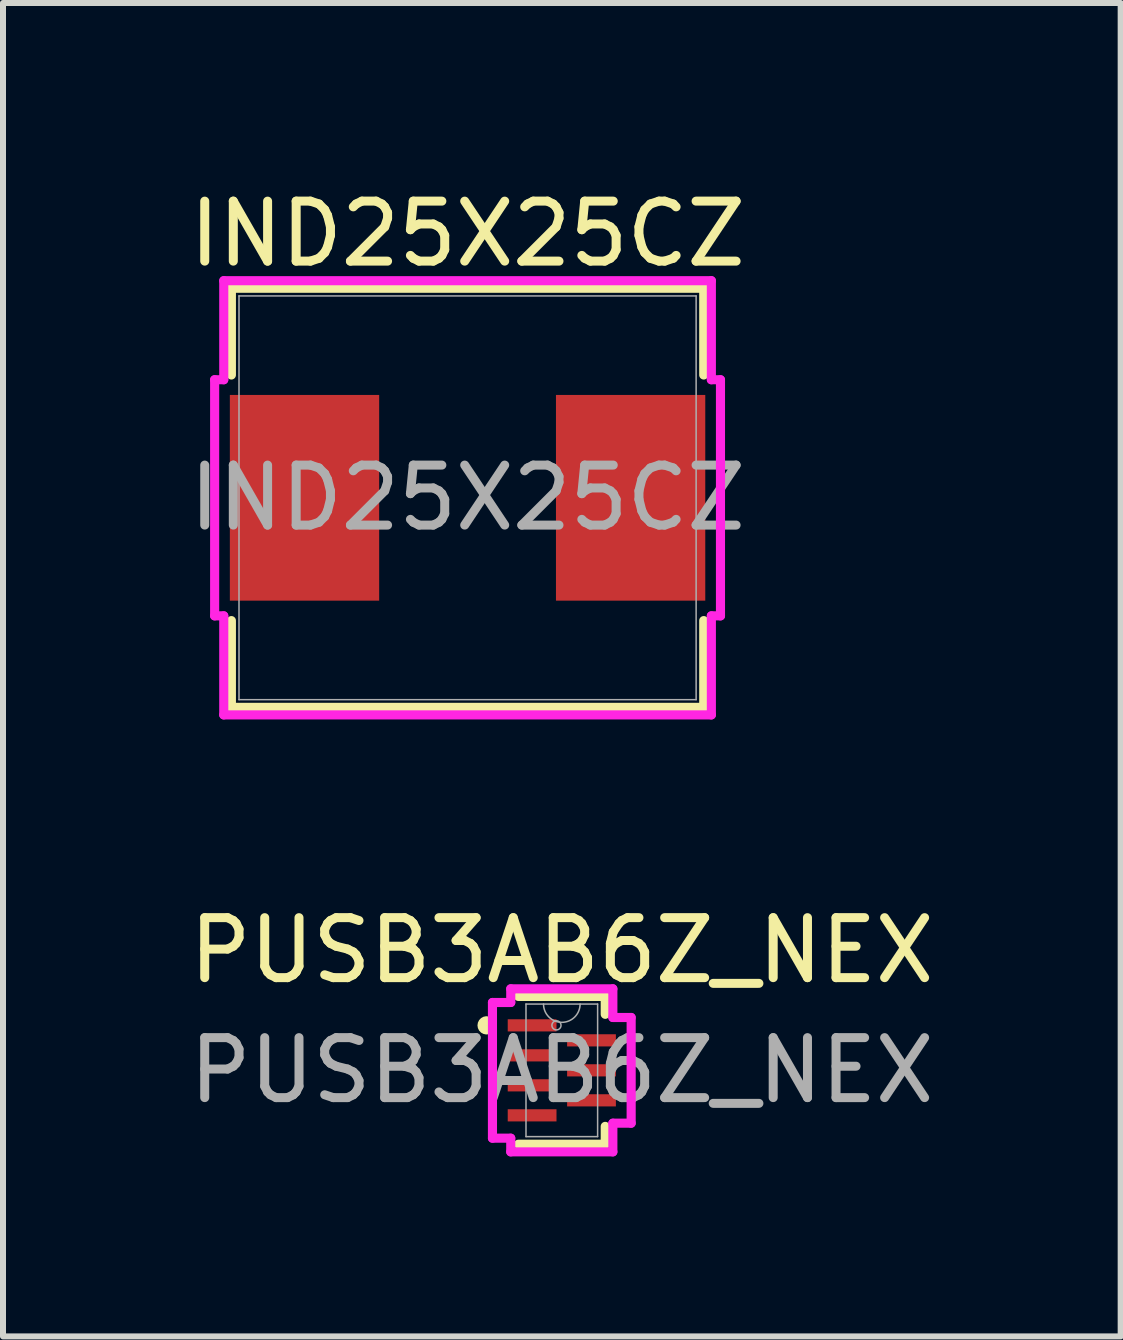
<source format=kicad_pcb>
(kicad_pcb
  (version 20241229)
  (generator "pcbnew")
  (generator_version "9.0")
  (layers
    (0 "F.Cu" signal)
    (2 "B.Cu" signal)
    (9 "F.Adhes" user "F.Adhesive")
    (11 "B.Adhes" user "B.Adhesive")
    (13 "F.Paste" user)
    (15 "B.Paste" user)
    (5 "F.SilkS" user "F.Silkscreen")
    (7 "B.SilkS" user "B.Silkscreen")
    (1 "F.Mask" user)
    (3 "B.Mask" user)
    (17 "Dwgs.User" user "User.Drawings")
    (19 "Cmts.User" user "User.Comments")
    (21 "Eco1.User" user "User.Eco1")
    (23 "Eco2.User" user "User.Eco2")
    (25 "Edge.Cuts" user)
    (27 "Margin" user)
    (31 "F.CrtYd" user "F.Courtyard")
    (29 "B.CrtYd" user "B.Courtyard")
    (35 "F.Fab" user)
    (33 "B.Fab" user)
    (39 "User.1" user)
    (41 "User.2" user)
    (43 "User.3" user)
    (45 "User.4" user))
  (footprint "PUSB3AB6Z_NEX"
    (layer "F.Cu")
    (at 6.315 14.792)
    (property "Reference" "PUSB3AB6Z_NEX" (at 0 -2 0) (unlocked yes) (layer "F.SilkS") (effects (font (size 1 1) (thickness 0.15))))
    (attr smd)
    (fp_line (start -0.724 1.232) (end 0.724 1.232) (stroke (width 0.152) (type solid)) (layer "F.SilkS"))
    (fp_line (start 0.724 -1.232) (end -0.724 -1.232) (stroke (width 0.152) (type solid)) (layer "F.SilkS"))
    (fp_line (start 0.724 -0.934) (end 0.724 -1.232) (stroke (width 0.152) (type solid)) (layer "F.SilkS"))
    (fp_line (start 0.724 1.232) (end 0.724 0.934) (stroke (width 0.152) (type solid)) (layer "F.SilkS"))
    (fp_arc (start -1.23444 -0.676171) (mid -1.3295 -0.75) (end -1.23444 -0.823829) (stroke (width 0.1524) (type solid)) (layer "F.SilkS"))
    (fp_line (start -1.156 -1.131) (end -0.851 -1.131) (stroke (width 0.152) (type solid)) (layer "F.CrtYd"))
    (fp_line (start -1.156 1.131) (end -1.156 -1.131) (stroke (width 0.152) (type solid)) (layer "F.CrtYd"))
    (fp_line (start -0.851 -1.359) (end 0.851 -1.359) (stroke (width 0.152) (type solid)) (layer "F.CrtYd"))
    (fp_line (start -0.851 -1.131) (end -0.851 -1.359) (stroke (width 0.152) (type solid)) (layer "F.CrtYd"))
    (fp_line (start -0.851 1.131) (end -1.156 1.131) (stroke (width 0.152) (type solid)) (layer "F.CrtYd"))
    (fp_line (start -0.851 1.359) (end -0.851 1.131) (stroke (width 0.152) (type solid)) (layer "F.CrtYd"))
    (fp_line (start 0.851 -1.359) (end 0.851 -0.881) (stroke (width 0.152) (type solid)) (layer "F.CrtYd"))
    (fp_line (start 0.851 -0.881) (end 1.156 -0.881) (stroke (width 0.152) (type solid)) (layer "F.CrtYd"))
    (fp_line (start 0.851 0.881) (end 0.851 1.359) (stroke (width 0.152) (type solid)) (layer "F.CrtYd"))
    (fp_line (start 0.851 1.359) (end -0.851 1.359) (stroke (width 0.152) (type solid)) (layer "F.CrtYd"))
    (fp_line (start 1.156 -0.881) (end 1.156 0.881) (stroke (width 0.152) (type solid)) (layer "F.CrtYd"))
    (fp_line (start 1.156 0.881) (end 0.851 0.881) (stroke (width 0.152) (type solid)) (layer "F.CrtYd"))
    (fp_line (start -0.597 -1.105) (end -0.597 1.105) (stroke (width 0.025) (type solid)) (layer "F.Fab"))
    (fp_line (start -0.597 1.105) (end 0.597 1.105) (stroke (width 0.025) (type solid)) (layer "F.Fab"))
    (fp_line (start 0.597 -1.105) (end -0.597 -1.105) (stroke (width 0.025) (type solid)) (layer "F.Fab"))
    (fp_line (start 0.597 1.105) (end 0.597 -1.105) (stroke (width 0.025) (type solid)) (layer "F.Fab"))
    (fp_arc (start 0.3048 -1.1049) (mid 0 -0.8001) (end -0.3048 -1.1049) (stroke (width 0.0254) (type solid)) (layer "F.Fab"))
    (fp_circle (center -0.089 -0.75) (end -0.013 -0.75) (stroke (width 0.025) (type solid)) (fill no) (layer "F.Fab"))
    (fp_text user "${REFERENCE}" (at 0 0 0) (unlocked yes) (layer "F.Fab") (effects (font (size 1 1) (thickness 0.15))))
    (pad "1" smd rect (at -0.495 -0.75) (size 0.813 0.203) (layers "F.Cu" "F.Mask" "F.Paste"))
    (pad "2" smd rect (at -0.495 -0.25) (size 0.813 0.203) (layers "F.Cu" "F.Mask" "F.Paste"))
    (pad "3" smd rect (at -0.495 0.25) (size 0.813 0.203) (layers "F.Cu" "F.Mask" "F.Paste"))
    (pad "4" smd rect (at -0.495 0.75) (size 0.813 0.203) (layers "F.Cu" "F.Mask" "F.Paste"))
    (pad "5" smd rect (at 0.495 0.5) (size 0.813 0.203) (layers "F.Cu" "F.Mask" "F.Paste"))
    (pad "6" smd rect (at 0.495 0) (size 0.813 0.203) (layers "F.Cu" "F.Mask" "F.Paste"))
    (pad "7" smd rect (at 0.495 -0.5) (size 0.813 0.203) (layers "F.Cu" "F.Mask" "F.Paste")))
  (footprint "IND25X25CZ"
    (layer "F.Cu")
    (at 4.744 5.248)
    (property "Reference" "IND25X25CZ" (at 0 -4.4 0) (unlocked yes) (layer "F.SilkS") (effects (font (size 1 1) (thickness 0.15))))
    (attr smd)
    (fp_line (start -3.937 -3.493) (end -3.937 -2.047) (stroke (width 0.152) (type solid)) (layer "F.SilkS"))
    (fp_line (start -3.937 2.047) (end -3.937 3.493) (stroke (width 0.152) (type solid)) (layer "F.SilkS"))
    (fp_line (start -3.937 3.493) (end 3.937 3.493) (stroke (width 0.152) (type solid)) (layer "F.SilkS"))
    (fp_line (start 3.937 -3.493) (end -3.937 -3.493) (stroke (width 0.152) (type solid)) (layer "F.SilkS"))
    (fp_line (start 3.937 -2.047) (end 3.937 -3.493) (stroke (width 0.152) (type solid)) (layer "F.SilkS"))
    (fp_line (start 3.937 3.493) (end 3.937 2.047) (stroke (width 0.152) (type solid)) (layer "F.SilkS"))
    (fp_line (start -4.216 -1.968) (end -4.064 -1.968) (stroke (width 0.152) (type solid)) (layer "F.CrtYd"))
    (fp_line (start -4.216 1.968) (end -4.216 -1.968) (stroke (width 0.152) (type solid)) (layer "F.CrtYd"))
    (fp_line (start -4.064 -3.619) (end 4.064 -3.619) (stroke (width 0.152) (type solid)) (layer "F.CrtYd"))
    (fp_line (start -4.064 -1.968) (end -4.064 -3.619) (stroke (width 0.152) (type solid)) (layer "F.CrtYd"))
    (fp_line (start -4.064 1.968) (end -4.216 1.968) (stroke (width 0.152) (type solid)) (layer "F.CrtYd"))
    (fp_line (start -4.064 1.968) (end -4.064 3.619) (stroke (width 0.152) (type solid)) (layer "F.CrtYd"))
    (fp_line (start -4.064 3.619) (end 4.064 3.619) (stroke (width 0.152) (type solid)) (layer "F.CrtYd"))
    (fp_line (start 4.064 -3.619) (end 4.064 -1.968) (stroke (width 0.152) (type solid)) (layer "F.CrtYd"))
    (fp_line (start 4.064 -1.968) (end 4.216 -1.968) (stroke (width 0.152) (type solid)) (layer "F.CrtYd"))
    (fp_line (start 4.064 1.968) (end 4.216 1.968) (stroke (width 0.152) (type solid)) (layer "F.CrtYd"))
    (fp_line (start 4.064 3.619) (end 4.064 1.968) (stroke (width 0.152) (type solid)) (layer "F.CrtYd"))
    (fp_line (start 4.216 -1.968) (end 4.216 1.968) (stroke (width 0.152) (type solid)) (layer "F.CrtYd"))
    (fp_line (start -3.81 -3.365) (end -3.81 3.365) (stroke (width 0.025) (type solid)) (layer "F.Fab"))
    (fp_line (start -3.81 3.365) (end 3.81 3.365) (stroke (width 0.025) (type solid)) (layer "F.Fab"))
    (fp_line (start 3.81 -3.365) (end -3.81 -3.365) (stroke (width 0.025) (type solid)) (layer "F.Fab"))
    (fp_line (start 3.81 3.365) (end 3.81 -3.365) (stroke (width 0.025) (type solid)) (layer "F.Fab"))
    (fp_text user "${REFERENCE}" (at 0 0 0) (unlocked yes) (layer "F.Fab") (effects (font (size 1 1) (thickness 0.15))))
    (pad "1" smd rect (at -2.718 0 90) (size 3.429 2.489) (layers "F.Cu" "F.Mask" "F.Paste"))
    (pad "2" smd rect (at 2.718 0 90) (size 3.429 2.489) (layers "F.Cu" "F.Mask" "F.Paste")))
  (gr_rect
    (start -3 -3)
    (end 15.631 19.227)
    (stroke (width 0.1) (type default))
    (fill no)
    (layer "Edge.Cuts")))
</source>
